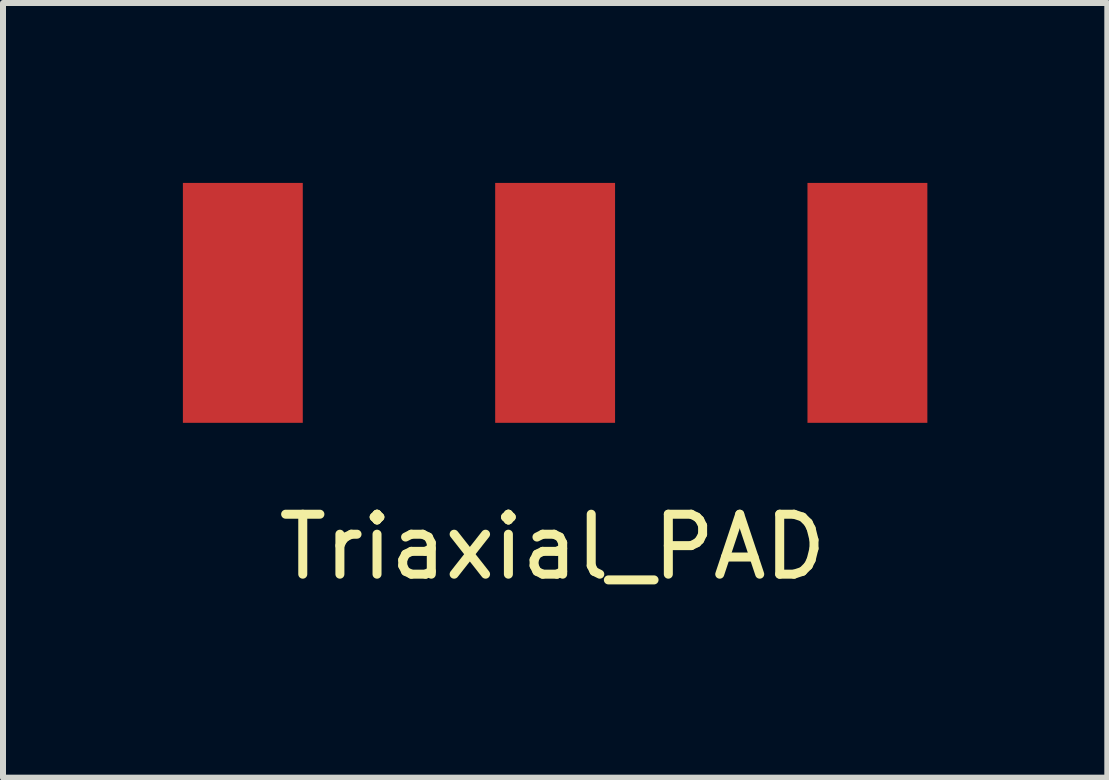
<source format=kicad_pcb>
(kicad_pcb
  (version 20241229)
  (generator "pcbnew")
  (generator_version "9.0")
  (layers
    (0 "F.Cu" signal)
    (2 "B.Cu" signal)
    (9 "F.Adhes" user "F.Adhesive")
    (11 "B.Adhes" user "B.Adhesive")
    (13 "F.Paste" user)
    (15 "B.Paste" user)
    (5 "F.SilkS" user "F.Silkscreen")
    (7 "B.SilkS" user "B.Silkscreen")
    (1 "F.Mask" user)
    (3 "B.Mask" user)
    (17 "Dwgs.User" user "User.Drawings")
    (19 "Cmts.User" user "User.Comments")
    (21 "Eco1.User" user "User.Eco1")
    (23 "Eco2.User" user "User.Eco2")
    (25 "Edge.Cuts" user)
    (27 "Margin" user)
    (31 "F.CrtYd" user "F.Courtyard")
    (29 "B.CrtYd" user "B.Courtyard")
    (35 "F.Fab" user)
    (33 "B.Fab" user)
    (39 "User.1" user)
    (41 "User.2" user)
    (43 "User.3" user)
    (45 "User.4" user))
  (footprint "Triaxial_PAD"
    (layer "F.Cu")
    (at 6.206 2)
    (property "Reference" "Triaxial_PAD" (at -0.041 4.069 0) (layer "F.SilkS") (effects (font (size 1 1) (thickness 0.15))))
    (attr through_hole)
    (pad "1" smd rect (at -5.207 0) (size 1.999 4) (layers "F.Cu" "F.Mask" "F.Paste"))
    (pad "2" smd rect (at 0 0) (size 1.999 4) (layers "F.Cu" "F.Mask" "F.Paste"))
    (pad "3" smd rect (at 5.207 0) (size 1.999 4) (layers "F.Cu" "F.Mask" "F.Paste")))
  (gr_rect
    (start -3 -3)
    (end 15.413 9.917)
    (stroke (width 0.1) (type default))
    (fill no)
    (layer "Edge.Cuts")))
</source>
